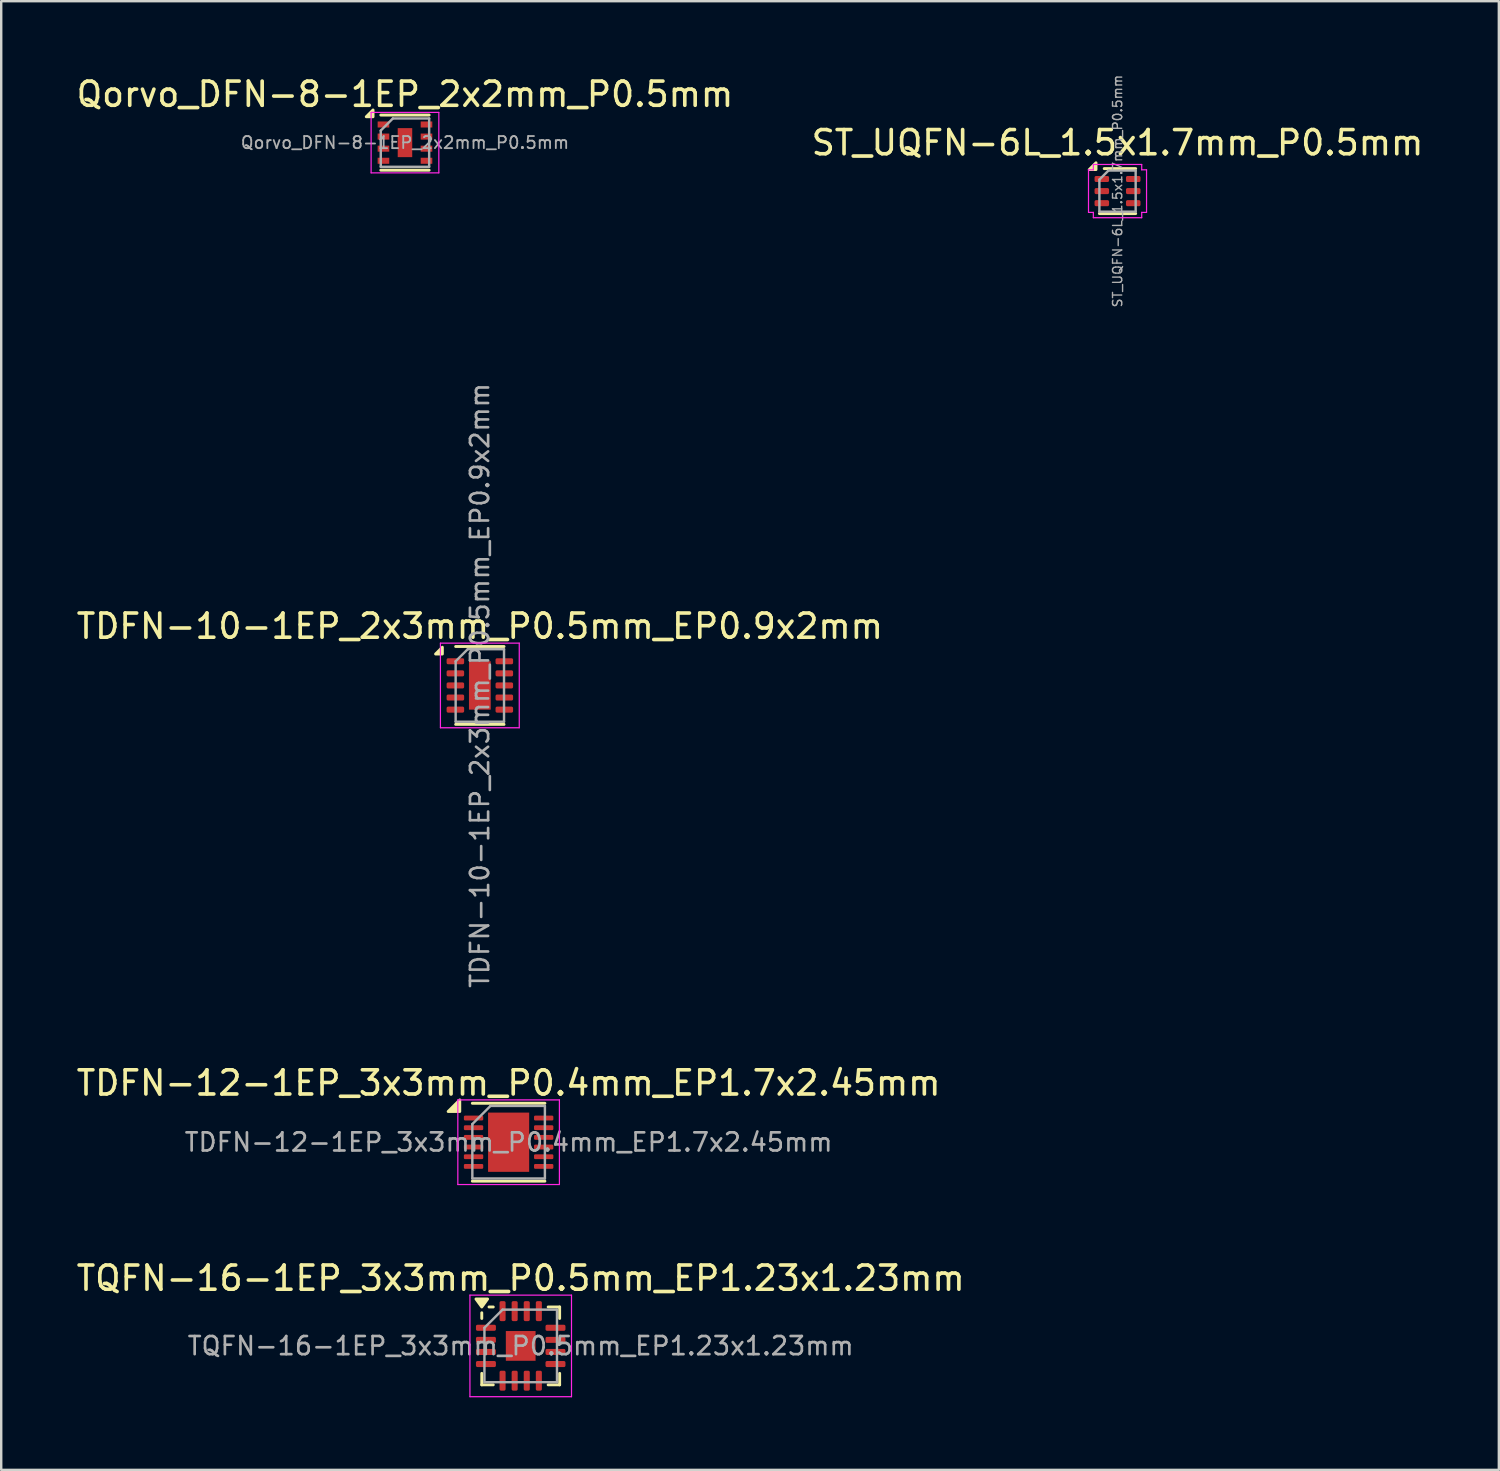
<source format=kicad_pcb>
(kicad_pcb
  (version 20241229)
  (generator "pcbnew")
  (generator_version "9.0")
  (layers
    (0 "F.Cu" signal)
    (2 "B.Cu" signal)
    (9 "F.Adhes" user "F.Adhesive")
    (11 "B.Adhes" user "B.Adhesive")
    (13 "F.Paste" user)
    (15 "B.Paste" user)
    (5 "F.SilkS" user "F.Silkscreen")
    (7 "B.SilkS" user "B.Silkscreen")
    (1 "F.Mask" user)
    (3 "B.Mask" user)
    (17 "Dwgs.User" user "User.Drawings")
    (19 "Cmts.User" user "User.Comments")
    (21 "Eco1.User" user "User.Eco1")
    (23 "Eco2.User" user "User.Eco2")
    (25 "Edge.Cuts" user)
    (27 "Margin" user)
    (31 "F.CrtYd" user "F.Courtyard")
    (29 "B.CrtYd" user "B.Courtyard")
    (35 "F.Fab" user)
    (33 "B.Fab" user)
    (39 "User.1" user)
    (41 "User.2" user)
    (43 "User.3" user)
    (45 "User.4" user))
  (footprint "TDFN-10-1EP_2x3mm_P0.5mm_EP0.9x2mm"
    (layer "F.Cu")
    (at 16.792 25.294)
    (property "Reference" "TDFN-10-1EP_2x3mm_P0.5mm_EP0.9x2mm" (at 0 -2.45 0) (layer "F.SilkS") (effects (font (size 1 1) (thickness 0.15))))
    (attr smd)
    (fp_line (start -1 -1.61) (end 1 -1.61) (stroke (width 0.12) (type solid)) (layer "F.SilkS"))
    (fp_line (start -1 1.61) (end 1 1.61) (stroke (width 0.12) (type solid)) (layer "F.SilkS"))
    (fp_poly (pts (xy -1.55 -1.3) (xy -1.83 -1.3) (xy -1.55 -1.58) (xy -1.55 -1.3)) (stroke (width 0.12) (type solid)) (fill yes) (layer "F.SilkS"))
    (fp_line (start -1.63 -1.75) (end -1.63 1.75) (stroke (width 0.05) (type solid)) (layer "F.CrtYd"))
    (fp_line (start -1.63 1.75) (end 1.63 1.75) (stroke (width 0.05) (type solid)) (layer "F.CrtYd"))
    (fp_line (start 1.63 -1.75) (end -1.63 -1.75) (stroke (width 0.05) (type solid)) (layer "F.CrtYd"))
    (fp_line (start 1.63 1.75) (end 1.63 -1.75) (stroke (width 0.05) (type solid)) (layer "F.CrtYd"))
    (fp_line (start -1 -1) (end -0.5 -1.5) (stroke (width 0.1) (type solid)) (layer "F.Fab"))
    (fp_line (start -1 1.5) (end -1 -1) (stroke (width 0.1) (type solid)) (layer "F.Fab"))
    (fp_line (start -0.5 -1.5) (end 1 -1.5) (stroke (width 0.1) (type solid)) (layer "F.Fab"))
    (fp_line (start 1 -1.5) (end 1 1.5) (stroke (width 0.1) (type solid)) (layer "F.Fab"))
    (fp_line (start 1 1.5) (end -1 1.5) (stroke (width 0.1) (type solid)) (layer "F.Fab"))
    (fp_text user "${REFERENCE}" (at 0 0 90) (layer "F.Fab") (effects (font (size 0.75 0.75) (thickness 0.11))))
    (pad "" smd roundrect (at 0 -0.5) (size 0.73 0.81) (layers "F.Paste") (roundrect_rratio 0.25))
    (pad "" smd roundrect (at 0 0.5) (size 0.73 0.81) (layers "F.Paste") (roundrect_rratio 0.25))
    (pad "1" smd roundrect (at -1.012 -1) (size 0.725 0.25) (layers "F.Cu" "F.Mask" "F.Paste") (roundrect_rratio 0.25))
    (pad "2" smd roundrect (at -1.012 -0.5) (size 0.725 0.25) (layers "F.Cu" "F.Mask" "F.Paste") (roundrect_rratio 0.25))
    (pad "3" smd roundrect (at -1.012 0) (size 0.725 0.25) (layers "F.Cu" "F.Mask" "F.Paste") (roundrect_rratio 0.25))
    (pad "4" smd roundrect (at -1.012 0.5) (size 0.725 0.25) (layers "F.Cu" "F.Mask" "F.Paste") (roundrect_rratio 0.25))
    (pad "5" smd roundrect (at -1.012 1) (size 0.725 0.25) (layers "F.Cu" "F.Mask" "F.Paste") (roundrect_rratio 0.25))
    (pad "6" smd roundrect (at 1.012 1) (size 0.725 0.25) (layers "F.Cu" "F.Mask" "F.Paste") (roundrect_rratio 0.25))
    (pad "7" smd roundrect (at 1.012 0.5) (size 0.725 0.25) (layers "F.Cu" "F.Mask" "F.Paste") (roundrect_rratio 0.25))
    (pad "8" smd roundrect (at 1.012 0) (size 0.725 0.25) (layers "F.Cu" "F.Mask" "F.Paste") (roundrect_rratio 0.25))
    (pad "9" smd roundrect (at 1.012 -0.5) (size 0.725 0.25) (layers "F.Cu" "F.Mask" "F.Paste") (roundrect_rratio 0.25))
    (pad "10" smd roundrect (at 1.012 -1) (size 0.725 0.25) (layers "F.Cu" "F.Mask" "F.Paste") (roundrect_rratio 0.25))
    (pad "11" smd rect (at 0 0) (size 0.9 2) (property pad_prop_heatsink) (layers "F.Cu" "F.Mask")))
  (footprint "TQFN-16-1EP_3x3mm_P0.5mm_EP1.23x1.23mm"
    (layer "F.Cu")
    (at 18.482 52.605)
    (property "Reference" "TQFN-16-1EP_3x3mm_P0.5mm_EP1.23x1.23mm" (at 0 -2.8 0) (layer "F.SilkS") (effects (font (size 1 1) (thickness 0.15))))
    (attr smd)
    (fp_line (start -1.61 -1.135) (end -1.61 -1.37) (stroke (width 0.12) (type solid)) (layer "F.SilkS"))
    (fp_line (start -1.61 1.61) (end -1.61 1.135) (stroke (width 0.12) (type solid)) (layer "F.SilkS"))
    (fp_line (start -1.135 -1.61) (end -1.31 -1.61) (stroke (width 0.12) (type solid)) (layer "F.SilkS"))
    (fp_line (start -1.135 1.61) (end -1.61 1.61) (stroke (width 0.12) (type solid)) (layer "F.SilkS"))
    (fp_line (start 1.135 -1.61) (end 1.61 -1.61) (stroke (width 0.12) (type solid)) (layer "F.SilkS"))
    (fp_line (start 1.135 1.61) (end 1.61 1.61) (stroke (width 0.12) (type solid)) (layer "F.SilkS"))
    (fp_line (start 1.61 -1.61) (end 1.61 -1.135) (stroke (width 0.12) (type solid)) (layer "F.SilkS"))
    (fp_line (start 1.61 1.61) (end 1.61 1.135) (stroke (width 0.12) (type solid)) (layer "F.SilkS"))
    (fp_poly (pts (xy -1.61 -1.61) (xy -1.85 -1.94) (xy -1.37 -1.94) (xy -1.61 -1.61)) (stroke (width 0.12) (type solid)) (fill yes) (layer "F.SilkS"))
    (fp_line (start -2.1 -2.1) (end -2.1 2.1) (stroke (width 0.05) (type solid)) (layer "F.CrtYd"))
    (fp_line (start -2.1 2.1) (end 2.1 2.1) (stroke (width 0.05) (type solid)) (layer "F.CrtYd"))
    (fp_line (start 2.1 -2.1) (end -2.1 -2.1) (stroke (width 0.05) (type solid)) (layer "F.CrtYd"))
    (fp_line (start 2.1 2.1) (end 2.1 -2.1) (stroke (width 0.05) (type solid)) (layer "F.CrtYd"))
    (fp_line (start -1.5 -0.75) (end -0.75 -1.5) (stroke (width 0.1) (type solid)) (layer "F.Fab"))
    (fp_line (start -1.5 1.5) (end -1.5 -0.75) (stroke (width 0.1) (type solid)) (layer "F.Fab"))
    (fp_line (start -0.75 -1.5) (end 1.5 -1.5) (stroke (width 0.1) (type solid)) (layer "F.Fab"))
    (fp_line (start 1.5 -1.5) (end 1.5 1.5) (stroke (width 0.1) (type solid)) (layer "F.Fab"))
    (fp_line (start 1.5 1.5) (end -1.5 1.5) (stroke (width 0.1) (type solid)) (layer "F.Fab"))
    (fp_text user "${REFERENCE}" (at 0 0 0) (layer "F.Fab") (effects (font (size 0.75 0.75) (thickness 0.11))))
    (pad "" smd roundrect (at -0.31 -0.31) (size 0.5 0.5) (layers "F.Paste") (roundrect_rratio 0.25))
    (pad "" smd roundrect (at -0.31 0.31) (size 0.5 0.5) (layers "F.Paste") (roundrect_rratio 0.25))
    (pad "" smd roundrect (at 0.31 -0.31) (size 0.5 0.5) (layers "F.Paste") (roundrect_rratio 0.25))
    (pad "" smd roundrect (at 0.31 0.31) (size 0.5 0.5) (layers "F.Paste") (roundrect_rratio 0.25))
    (pad "1" smd roundrect (at -1.438 -0.75) (size 0.825 0.25) (layers "F.Cu" "F.Mask" "F.Paste") (roundrect_rratio 0.25))
    (pad "2" smd roundrect (at -1.438 -0.25) (size 0.825 0.25) (layers "F.Cu" "F.Mask" "F.Paste") (roundrect_rratio 0.25))
    (pad "3" smd roundrect (at -1.438 0.25) (size 0.825 0.25) (layers "F.Cu" "F.Mask" "F.Paste") (roundrect_rratio 0.25))
    (pad "4" smd roundrect (at -1.438 0.75) (size 0.825 0.25) (layers "F.Cu" "F.Mask" "F.Paste") (roundrect_rratio 0.25))
    (pad "5" smd roundrect (at -0.75 1.438) (size 0.25 0.825) (layers "F.Cu" "F.Mask" "F.Paste") (roundrect_rratio 0.25))
    (pad "6" smd roundrect (at -0.25 1.438) (size 0.25 0.825) (layers "F.Cu" "F.Mask" "F.Paste") (roundrect_rratio 0.25))
    (pad "7" smd roundrect (at 0.25 1.438) (size 0.25 0.825) (layers "F.Cu" "F.Mask" "F.Paste") (roundrect_rratio 0.25))
    (pad "8" smd roundrect (at 0.75 1.438) (size 0.25 0.825) (layers "F.Cu" "F.Mask" "F.Paste") (roundrect_rratio 0.25))
    (pad "9" smd roundrect (at 1.438 0.75) (size 0.825 0.25) (layers "F.Cu" "F.Mask" "F.Paste") (roundrect_rratio 0.25))
    (pad "10" smd roundrect (at 1.438 0.25) (size 0.825 0.25) (layers "F.Cu" "F.Mask" "F.Paste") (roundrect_rratio 0.25))
    (pad "11" smd roundrect (at 1.438 -0.25) (size 0.825 0.25) (layers "F.Cu" "F.Mask" "F.Paste") (roundrect_rratio 0.25))
    (pad "12" smd roundrect (at 1.438 -0.75) (size 0.825 0.25) (layers "F.Cu" "F.Mask" "F.Paste") (roundrect_rratio 0.25))
    (pad "13" smd roundrect (at 0.75 -1.438) (size 0.25 0.825) (layers "F.Cu" "F.Mask" "F.Paste") (roundrect_rratio 0.25))
    (pad "14" smd roundrect (at 0.25 -1.438) (size 0.25 0.825) (layers "F.Cu" "F.Mask" "F.Paste") (roundrect_rratio 0.25))
    (pad "15" smd roundrect (at -0.25 -1.438) (size 0.25 0.825) (layers "F.Cu" "F.Mask" "F.Paste") (roundrect_rratio 0.25))
    (pad "16" smd roundrect (at -0.75 -1.438) (size 0.25 0.825) (layers "F.Cu" "F.Mask" "F.Paste") (roundrect_rratio 0.25))
    (pad "17" smd rect (at 0 0) (size 1.23 1.23) (property pad_prop_heatsink) (layers "F.Cu" "F.Mask")))
  (footprint "ST_UQFN-6L_1.5x1.7mm_P0.5mm"
    (layer "F.Cu")
    (at 43.161 4.852)
    (property "Reference" "ST_UQFN-6L_1.5x1.7mm_P0.5mm" (at 0 -2 0) (layer "F.SilkS") (effects (font (size 1 1) (thickness 0.15))))
    (attr smd)
    (fp_line (start 0.75 -0.93) (end -0.55 -0.93) (stroke (width 0.12) (type solid)) (layer "F.SilkS"))
    (fp_line (start 0.75 0.93) (end -0.75 0.93) (stroke (width 0.12) (type solid)) (layer "F.SilkS"))
    (fp_poly (pts (xy -0.89 -0.89) (xy -1.17 -0.89) (xy -0.89 -1.17) (xy -0.89 -0.89)) (stroke (width 0.12) (type solid)) (fill yes) (layer "F.SilkS"))
    (fp_line (start -1.2 0.88) (end -1.2 -0.88) (stroke (width 0.05) (type solid)) (layer "F.CrtYd"))
    (fp_line (start -1 -1.1) (end -1 -0.88) (stroke (width 0.05) (type solid)) (layer "F.CrtYd"))
    (fp_line (start -1 -0.88) (end -1.2 -0.88) (stroke (width 0.05) (type solid)) (layer "F.CrtYd"))
    (fp_line (start -1 0.88) (end -1.2 0.88) (stroke (width 0.05) (type solid)) (layer "F.CrtYd"))
    (fp_line (start -1 1.1) (end -1 0.88) (stroke (width 0.05) (type solid)) (layer "F.CrtYd"))
    (fp_line (start 1 -1.1) (end -1 -1.1) (stroke (width 0.05) (type solid)) (layer "F.CrtYd"))
    (fp_line (start 1 -1.1) (end 1 -0.88) (stroke (width 0.05) (type solid)) (layer "F.CrtYd"))
    (fp_line (start 1 -0.88) (end 1.2 -0.88) (stroke (width 0.05) (type solid)) (layer "F.CrtYd"))
    (fp_line (start 1 0.88) (end 1.2 0.88) (stroke (width 0.05) (type solid)) (layer "F.CrtYd"))
    (fp_line (start 1 1.1) (end -1 1.1) (stroke (width 0.05) (type solid)) (layer "F.CrtYd"))
    (fp_line (start 1 1.1) (end 1 0.88) (stroke (width 0.05) (type solid)) (layer "F.CrtYd"))
    (fp_line (start 1.2 0.88) (end 1.2 -0.88) (stroke (width 0.05) (type solid)) (layer "F.CrtYd"))
    (fp_line (start -0.75 0.85) (end -0.75 -0.475) (stroke (width 0.1) (type solid)) (layer "F.Fab"))
    (fp_line (start -0.375 -0.85) (end -0.75 -0.475) (stroke (width 0.1) (type solid)) (layer "F.Fab"))
    (fp_line (start 0.75 -0.85) (end -0.375 -0.85) (stroke (width 0.1) (type solid)) (layer "F.Fab"))
    (fp_line (start 0.75 -0.85) (end 0.75 0.85) (stroke (width 0.1) (type solid)) (layer "F.Fab"))
    (fp_line (start 0.75 0.85) (end -0.75 0.85) (stroke (width 0.1) (type solid)) (layer "F.Fab"))
    (fp_text user "${REFERENCE}" (at 0 0 90) (layer "F.Fab") (effects (font (size 0.38 0.38) (thickness 0.057))))
    (pad "1" smd roundrect (at -0.65 -0.5) (size 0.6 0.25) (layers "F.Cu" "F.Mask" "F.Paste") (roundrect_rratio 0.25))
    (pad "2" smd roundrect (at -0.65 0) (size 0.6 0.25) (layers "F.Cu" "F.Mask" "F.Paste") (roundrect_rratio 0.25))
    (pad "3" smd roundrect (at -0.65 0.5) (size 0.6 0.25) (layers "F.Cu" "F.Mask" "F.Paste") (roundrect_rratio 0.25))
    (pad "4" smd roundrect (at 0.65 0.5) (size 0.6 0.25) (layers "F.Cu" "F.Mask" "F.Paste") (roundrect_rratio 0.25))
    (pad "5" smd roundrect (at 0.65 0) (size 0.6 0.25) (layers "F.Cu" "F.Mask" "F.Paste") (roundrect_rratio 0.25))
    (pad "6" smd roundrect (at 0.65 -0.5) (size 0.6 0.25) (layers "F.Cu" "F.Mask" "F.Paste") (roundrect_rratio 0.25)))
  (footprint "Qorvo_DFN-8-1EP_2x2mm_P0.5mm"
    (layer "F.Cu")
    (at 13.696 2.848)
    (property "Reference" "Qorvo_DFN-8-1EP_2x2mm_P0.5mm" (at 0 -2 0) (layer "F.SilkS") (effects (font (size 1 1) (thickness 0.15))))
    (attr smd)
    (fp_line (start -1 -1.14) (end 1 -1.14) (stroke (width 0.12) (type solid)) (layer "F.SilkS"))
    (fp_line (start -1 1.14) (end 1 1.14) (stroke (width 0.12) (type solid)) (layer "F.SilkS"))
    (fp_poly (pts (xy -1.32 -1.07) (xy -1.6 -1.07) (xy -1.32 -1.35) (xy -1.32 -1.07)) (stroke (width 0.12) (type solid)) (fill yes) (layer "F.SilkS"))
    (fp_line (start -1.4 -1.25) (end -1.4 1.25) (stroke (width 0.05) (type solid)) (layer "F.CrtYd"))
    (fp_line (start -1.4 -1.25) (end 1.4 -1.25) (stroke (width 0.05) (type solid)) (layer "F.CrtYd"))
    (fp_line (start -1.4 1.25) (end 1.4 1.25) (stroke (width 0.05) (type solid)) (layer "F.CrtYd"))
    (fp_line (start 1.4 -1.25) (end 1.4 1.25) (stroke (width 0.05) (type solid)) (layer "F.CrtYd"))
    (fp_line (start -1 -0.5) (end -0.5 -1) (stroke (width 0.1) (type solid)) (layer "F.Fab"))
    (fp_line (start -1 1) (end -1 -0.5) (stroke (width 0.1) (type solid)) (layer "F.Fab"))
    (fp_line (start -0.5 -1) (end 1 -1) (stroke (width 0.1) (type solid)) (layer "F.Fab"))
    (fp_line (start 1 -1) (end 1 1) (stroke (width 0.1) (type solid)) (layer "F.Fab"))
    (fp_line (start 1 1) (end -1 1) (stroke (width 0.1) (type solid)) (layer "F.Fab"))
    (fp_text user "${REFERENCE}" (at 0 0 0) (layer "F.Fab") (effects (font (size 0.5 0.5) (thickness 0.075))))
    (pad "1" smd rect (at -0.89 -0.75) (size 0.48 0.25) (layers "F.Cu" "F.Mask" "F.Paste"))
    (pad "2" smd rect (at -0.89 -0.25) (size 0.48 0.25) (layers "F.Cu" "F.Mask" "F.Paste"))
    (pad "3" smd rect (at -0.89 0.25) (size 0.48 0.25) (layers "F.Cu" "F.Mask" "F.Paste"))
    (pad "4" smd rect (at -0.89 0.75) (size 0.48 0.25) (layers "F.Cu" "F.Mask" "F.Paste"))
    (pad "5" smd rect (at 0.89 0.75) (size 0.48 0.25) (layers "F.Cu" "F.Mask" "F.Paste"))
    (pad "6" smd rect (at 0.89 0.25) (size 0.48 0.25) (layers "F.Cu" "F.Mask" "F.Paste"))
    (pad "7" smd rect (at 0.89 -0.25) (size 0.48 0.25) (layers "F.Cu" "F.Mask" "F.Paste"))
    (pad "8" smd rect (at 0.89 -0.75) (size 0.48 0.25) (layers "F.Cu" "F.Mask" "F.Paste"))
    (pad "9" smd rect (at 0 0) (size 0.6 1.2) (layers "F.Cu" "F.Mask" "F.Paste")))
  (footprint "TDFN-12-1EP_3x3mm_P0.4mm_EP1.7x2.45mm"
    (layer "F.Cu")
    (at 17.982 44.182)
    (property "Reference" "TDFN-12-1EP_3x3mm_P0.4mm_EP1.7x2.45mm" (at 0 -2.45 0) (layer "F.SilkS") (effects (font (size 1 1) (thickness 0.15))))
    (attr smd)
    (fp_line (start -1.5 -1.61) (end 1.5 -1.61) (stroke (width 0.12) (type solid)) (layer "F.SilkS"))
    (fp_line (start -1.5 1.61) (end 1.5 1.61) (stroke (width 0.12) (type solid)) (layer "F.SilkS"))
    (fp_poly (pts (xy -2.02 -1.27) (xy -2.5 -1.27) (xy -2.02 -1.75) (xy -2.02 -1.27)) (stroke (width 0.12) (type solid)) (fill yes) (layer "F.SilkS"))
    (fp_line (start -2.1 -1.75) (end -2.1 1.75) (stroke (width 0.05) (type solid)) (layer "F.CrtYd"))
    (fp_line (start -2.1 1.75) (end 2.1 1.75) (stroke (width 0.05) (type solid)) (layer "F.CrtYd"))
    (fp_line (start 2.1 -1.75) (end -2.1 -1.75) (stroke (width 0.05) (type solid)) (layer "F.CrtYd"))
    (fp_line (start 2.1 1.75) (end 2.1 -1.75) (stroke (width 0.05) (type solid)) (layer "F.CrtYd"))
    (fp_line (start -1.5 -0.75) (end -0.75 -1.5) (stroke (width 0.1) (type solid)) (layer "F.Fab"))
    (fp_line (start -1.5 1.5) (end -1.5 -0.75) (stroke (width 0.1) (type solid)) (layer "F.Fab"))
    (fp_line (start -0.75 -1.5) (end 1.5 -1.5) (stroke (width 0.1) (type solid)) (layer "F.Fab"))
    (fp_line (start 1.5 -1.5) (end 1.5 1.5) (stroke (width 0.1) (type solid)) (layer "F.Fab"))
    (fp_line (start 1.5 1.5) (end -1.5 1.5) (stroke (width 0.1) (type solid)) (layer "F.Fab"))
    (fp_text user "${REFERENCE}" (at 0 0 0) (layer "F.Fab") (effects (font (size 0.75 0.75) (thickness 0.11))))
    (pad "" smd roundrect (at -0.57 -0.915) (size 0.46 0.49) (layers "F.Paste") (roundrect_rratio 0.25))
    (pad "" smd roundrect (at -0.57 -0.305) (size 0.46 0.49) (layers "F.Paste") (roundrect_rratio 0.25))
    (pad "" smd roundrect (at -0.57 0.305) (size 0.46 0.49) (layers "F.Paste") (roundrect_rratio 0.25))
    (pad "" smd roundrect (at -0.57 0.915) (size 0.46 0.49) (layers "F.Paste") (roundrect_rratio 0.25))
    (pad "" smd roundrect (at 0 -0.915) (size 0.46 0.49) (layers "F.Paste") (roundrect_rratio 0.25))
    (pad "" smd roundrect (at 0 -0.305) (size 0.46 0.49) (layers "F.Paste") (roundrect_rratio 0.25))
    (pad "" smd roundrect (at 0 0.305) (size 0.46 0.49) (layers "F.Paste") (roundrect_rratio 0.25))
    (pad "" smd roundrect (at 0 0.915) (size 0.46 0.49) (layers "F.Paste") (roundrect_rratio 0.25))
    (pad "" smd roundrect (at 0.57 -0.915) (size 0.46 0.49) (layers "F.Paste") (roundrect_rratio 0.25))
    (pad "" smd roundrect (at 0.57 -0.305) (size 0.46 0.49) (layers "F.Paste") (roundrect_rratio 0.25))
    (pad "" smd roundrect (at 0.57 0.305) (size 0.46 0.49) (layers "F.Paste") (roundrect_rratio 0.25))
    (pad "" smd roundrect (at 0.57 0.915) (size 0.46 0.49) (layers "F.Paste") (roundrect_rratio 0.25))
    (pad "1" smd roundrect (at -1.45 -1) (size 0.8 0.2) (layers "F.Cu" "F.Mask" "F.Paste") (roundrect_rratio 0.25))
    (pad "2" smd roundrect (at -1.45 -0.6) (size 0.8 0.2) (layers "F.Cu" "F.Mask" "F.Paste") (roundrect_rratio 0.25))
    (pad "3" smd roundrect (at -1.45 -0.2) (size 0.8 0.2) (layers "F.Cu" "F.Mask" "F.Paste") (roundrect_rratio 0.25))
    (pad "4" smd roundrect (at -1.45 0.2) (size 0.8 0.2) (layers "F.Cu" "F.Mask" "F.Paste") (roundrect_rratio 0.25))
    (pad "5" smd roundrect (at -1.45 0.6) (size 0.8 0.2) (layers "F.Cu" "F.Mask" "F.Paste") (roundrect_rratio 0.25))
    (pad "6" smd roundrect (at -1.45 1) (size 0.8 0.2) (layers "F.Cu" "F.Mask" "F.Paste") (roundrect_rratio 0.25))
    (pad "7" smd roundrect (at 1.45 1) (size 0.8 0.2) (layers "F.Cu" "F.Mask" "F.Paste") (roundrect_rratio 0.25))
    (pad "8" smd roundrect (at 1.45 0.6) (size 0.8 0.2) (layers "F.Cu" "F.Mask" "F.Paste") (roundrect_rratio 0.25))
    (pad "9" smd roundrect (at 1.45 0.2) (size 0.8 0.2) (layers "F.Cu" "F.Mask" "F.Paste") (roundrect_rratio 0.25))
    (pad "10" smd roundrect (at 1.45 -0.2) (size 0.8 0.2) (layers "F.Cu" "F.Mask" "F.Paste") (roundrect_rratio 0.25))
    (pad "11" smd roundrect (at 1.45 -0.6) (size 0.8 0.2) (layers "F.Cu" "F.Mask" "F.Paste") (roundrect_rratio 0.25))
    (pad "12" smd roundrect (at 1.45 -1) (size 0.8 0.2) (layers "F.Cu" "F.Mask" "F.Paste") (roundrect_rratio 0.25))
    (pad "13" smd rect (at 0 0) (size 1.7 2.45) (property pad_prop_heatsink) (layers "F.Cu" "F.Mask")))
  (gr_rect
    (start -3 -3)
    (end 58.929 57.73)
    (stroke (width 0.1) (type default))
    (fill no)
    (layer "Edge.Cuts")))
</source>
